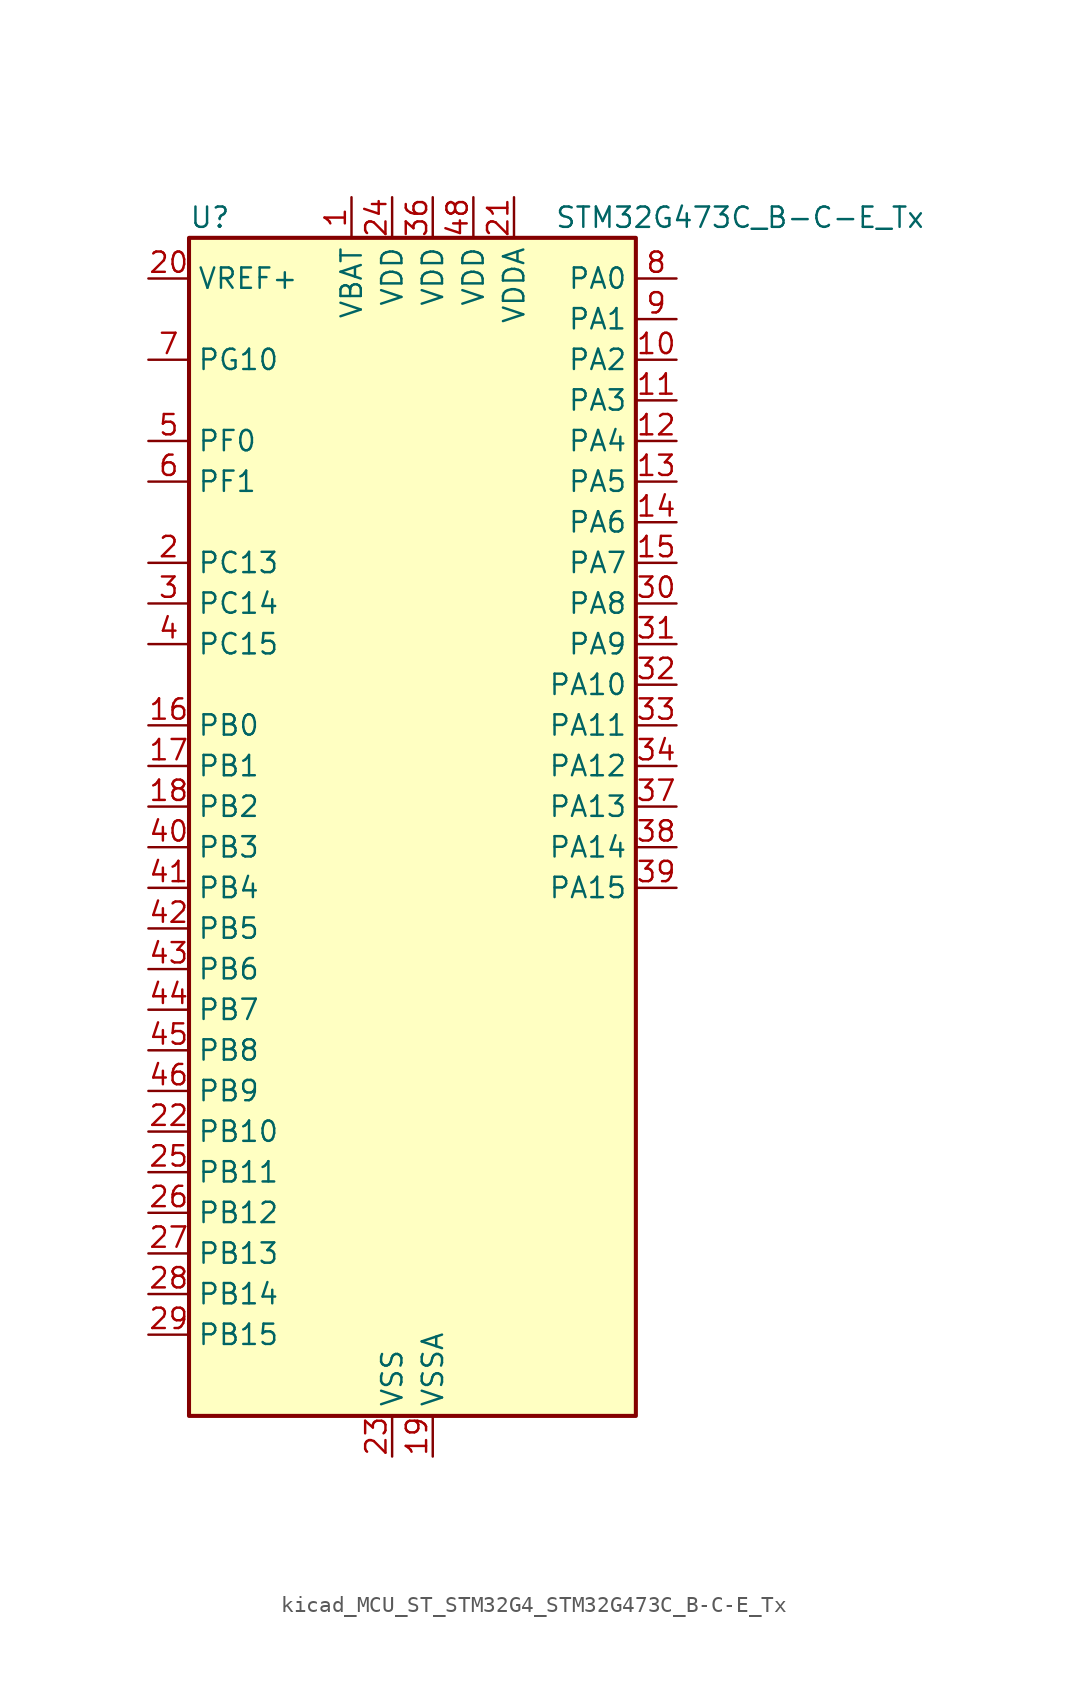
<source format=kicad_sym>
(kicad_symbol_lib
  (version 20220914)
  (generator kicad_symbol_editor)
  (symbol "kicad_MCU_ST_STM32G4_STM32G473C_B-C-E_Tx"
    (property "Reference" "U"
      (at -12.7 39.37 0)
      (effects (font (size 1.27 1.27)) (justify left)))
    (property "Value" "STM32G473C_B-C-E_Tx"
      (at 10.16 39.37 0)
      (effects (font (size 1.27 1.27)) (justify left)))
    (property "ki_locked" ""
      (at 0 0 0)
      (effects (font (size 1.27 1.27))))
    (symbol "kicad_MCU_ST_STM32G4_STM32G473C_B-C-E_Tx_0_1"
      (rectangle (start -12.7 -35.56) (end 15.24 38.1) (stroke (width 0.254) (type default)) (fill (type background))))
    (symbol "kicad_MCU_ST_STM32G4_STM32G473C_B-C-E_Tx_1_1"
      (pin power_in line (at -2.54 40.64 270) (length 2.54) (name "VBAT" (effects (font (size 1.27 1.27)))) (number "1" (effects (font (size 1.27 1.27)))))
      (pin bidirectional line (at 17.78 30.48 180) (length 2.54) (name "PA2" (effects (font (size 1.27 1.27)))) (number "10" (effects (font (size 1.27 1.27)))) (alternate "ADC1_IN3" bidirectional line) (alternate "ADC3_EXTI2" bidirectional line) (alternate "ADC4_EXTI2" bidirectional line) (alternate "ADC5_EXTI2" bidirectional line) (alternate "COMP2_INM" bidirectional line) (alternate "COMP2_OUT" bidirectional line) (alternate "LPUART1_TX" bidirectional line) (alternate "OPAMP1_VOUT" bidirectional line) (alternate "QUADSPI1_BK1_NCS" bidirectional line) (alternate "RCC_LSCO" bidirectional line) (alternate "SYS_WKUP4" bidirectional line) (alternate "TIM15_CH1" bidirectional line) (alternate "TIM2_CH3" bidirectional line) (alternate "TIM5_CH3" bidirectional line) (alternate "UCPD1_FRSTX1" bidirectional line) (alternate "UCPD1_FRSTX2" bidirectional line) (alternate "USART2_TX" bidirectional line))
      (pin bidirectional line (at 17.78 27.94 180) (length 2.54) (name "PA3" (effects (font (size 1.27 1.27)))) (number "11" (effects (font (size 1.27 1.27)))) (alternate "ADC1_IN4" bidirectional line) (alternate "ADC3_EXTI3" bidirectional line) (alternate "ADC4_EXTI3" bidirectional line) (alternate "ADC5_EXTI3" bidirectional line) (alternate "COMP2_INP" bidirectional line) (alternate "LPUART1_RX" bidirectional line) (alternate "OPAMP1_VINM" bidirectional line) (alternate "OPAMP1_VINM0" bidirectional line) (alternate "OPAMP1_VINM_SEC" bidirectional line) (alternate "OPAMP1_VINP" bidirectional line) (alternate "OPAMP1_VINP_SEC" bidirectional line) (alternate "OPAMP5_VINM" bidirectional line) (alternate "OPAMP5_VINM1" bidirectional line) (alternate "OPAMP5_VINM_SEC" bidirectional line) (alternate "QUADSPI1_CLK" bidirectional line) (alternate "SAI1_CK1" bidirectional line) (alternate "SAI1_MCLK_A" bidirectional line) (alternate "TIM15_CH2" bidirectional line) (alternate "TIM2_CH4" bidirectional line) (alternate "TIM5_CH4" bidirectional line) (alternate "USART2_RX" bidirectional line))
      (pin bidirectional line (at 17.78 25.4 180) (length 2.54) (name "PA4" (effects (font (size 1.27 1.27)))) (number "12" (effects (font (size 1.27 1.27)))) (alternate "ADC2_IN17" bidirectional line) (alternate "COMP1_INM" bidirectional line) (alternate "DAC1_OUT1" bidirectional line) (alternate "I2S3_WS" bidirectional line) (alternate "SAI1_FS_B" bidirectional line) (alternate "SPI1_NSS" bidirectional line) (alternate "SPI3_NSS" bidirectional line) (alternate "TIM3_CH2" bidirectional line) (alternate "USART2_CK" bidirectional line))
      (pin bidirectional line (at 17.78 22.86 180) (length 2.54) (name "PA5" (effects (font (size 1.27 1.27)))) (number "13" (effects (font (size 1.27 1.27)))) (alternate "ADC2_IN13" bidirectional line) (alternate "COMP2_INM" bidirectional line) (alternate "DAC1_OUT2" bidirectional line) (alternate "OPAMP2_VINM" bidirectional line) (alternate "OPAMP2_VINM0" bidirectional line) (alternate "OPAMP2_VINM_SEC" bidirectional line) (alternate "SPI1_SCK" bidirectional line) (alternate "TIM2_CH1" bidirectional line) (alternate "TIM2_ETR" bidirectional line) (alternate "UCPD1_FRSTX1" bidirectional line) (alternate "UCPD1_FRSTX2" bidirectional line))
      (pin bidirectional line (at 17.78 20.32 180) (length 2.54) (name "PA6" (effects (font (size 1.27 1.27)))) (number "14" (effects (font (size 1.27 1.27)))) (alternate "ADC2_IN3" bidirectional line) (alternate "COMP1_OUT" bidirectional line) (alternate "DAC2_OUT1" bidirectional line) (alternate "LPUART1_CTS" bidirectional line) (alternate "OPAMP2_VOUT" bidirectional line) (alternate "QUADSPI1_BK1_IO3" bidirectional line) (alternate "SPI1_MISO" bidirectional line) (alternate "TIM16_CH1" bidirectional line) (alternate "TIM1_BKIN" bidirectional line) (alternate "TIM3_CH1" bidirectional line) (alternate "TIM8_BKIN" bidirectional line))
      (pin bidirectional line (at 17.78 17.78 180) (length 2.54) (name "PA7" (effects (font (size 1.27 1.27)))) (number "15" (effects (font (size 1.27 1.27)))) (alternate "ADC2_IN4" bidirectional line) (alternate "COMP2_INP" bidirectional line) (alternate "COMP2_OUT" bidirectional line) (alternate "OPAMP1_VINP" bidirectional line) (alternate "OPAMP1_VINP_SEC" bidirectional line) (alternate "OPAMP2_VINP" bidirectional line) (alternate "OPAMP2_VINP_SEC" bidirectional line) (alternate "QUADSPI1_BK1_IO2" bidirectional line) (alternate "SPI1_MOSI" bidirectional line) (alternate "TIM17_CH1" bidirectional line) (alternate "TIM1_CH1N" bidirectional line) (alternate "TIM3_CH2" bidirectional line) (alternate "TIM8_CH1N" bidirectional line) (alternate "UCPD1_FRSTX1" bidirectional line) (alternate "UCPD1_FRSTX2" bidirectional line))
      (pin bidirectional line (at -15.24 7.62 0) (length 2.54) (name "PB0" (effects (font (size 1.27 1.27)))) (number "16" (effects (font (size 1.27 1.27)))) (alternate "ADC1_IN15" bidirectional line) (alternate "ADC3_IN12" bidirectional line) (alternate "COMP4_INP" bidirectional line) (alternate "OPAMP2_VINP" bidirectional line) (alternate "OPAMP2_VINP_SEC" bidirectional line) (alternate "OPAMP3_VINP" bidirectional line) (alternate "OPAMP3_VINP_SEC" bidirectional line) (alternate "QUADSPI1_BK1_IO1" bidirectional line) (alternate "TIM1_CH2N" bidirectional line) (alternate "TIM3_CH3" bidirectional line) (alternate "TIM8_CH2N" bidirectional line) (alternate "UCPD1_FRSTX1" bidirectional line) (alternate "UCPD1_FRSTX2" bidirectional line))
      (pin bidirectional line (at -15.24 5.08 0) (length 2.54) (name "PB1" (effects (font (size 1.27 1.27)))) (number "17" (effects (font (size 1.27 1.27)))) (alternate "ADC1_IN12" bidirectional line) (alternate "ADC3_IN1" bidirectional line) (alternate "COMP1_INP" bidirectional line) (alternate "COMP4_OUT" bidirectional line) (alternate "LPUART1_DE" bidirectional line) (alternate "LPUART1_RTS" bidirectional line) (alternate "OPAMP3_VOUT" bidirectional line) (alternate "OPAMP6_VINM" bidirectional line) (alternate "OPAMP6_VINM1" bidirectional line) (alternate "OPAMP6_VINM_SEC" bidirectional line) (alternate "QUADSPI1_BK1_IO0" bidirectional line) (alternate "TIM1_CH3N" bidirectional line) (alternate "TIM3_CH4" bidirectional line) (alternate "TIM8_CH3N" bidirectional line))
      (pin bidirectional line (at -15.24 2.54 0) (length 2.54) (name "PB2" (effects (font (size 1.27 1.27)))) (number "18" (effects (font (size 1.27 1.27)))) (alternate "ADC2_IN12" bidirectional line) (alternate "ADC3_EXTI2" bidirectional line) (alternate "ADC4_EXTI2" bidirectional line) (alternate "ADC5_EXTI2" bidirectional line) (alternate "COMP4_INM" bidirectional line) (alternate "I2C3_SMBA" bidirectional line) (alternate "LPTIM1_OUT" bidirectional line) (alternate "OPAMP3_VINM" bidirectional line) (alternate "OPAMP3_VINM0" bidirectional line) (alternate "OPAMP3_VINM_SEC" bidirectional line) (alternate "QUADSPI1_BK2_IO1" bidirectional line) (alternate "RTC_OUT2" bidirectional line) (alternate "TIM20_CH1" bidirectional line) (alternate "TIM5_CH1" bidirectional line))
      (pin power_in line (at 2.54 -38.1 90) (length 2.54) (name "VSSA" (effects (font (size 1.27 1.27)))) (number "19" (effects (font (size 1.27 1.27)))))
      (pin bidirectional line (at -15.24 17.78 0) (length 2.54) (name "PC13" (effects (font (size 1.27 1.27)))) (number "2" (effects (font (size 1.27 1.27)))) (alternate "RTC_OUT1" bidirectional line) (alternate "RTC_TAMP1" bidirectional line) (alternate "RTC_TS" bidirectional line) (alternate "SYS_WKUP2" bidirectional line) (alternate "TIM1_BKIN" bidirectional line) (alternate "TIM1_CH1N" bidirectional line) (alternate "TIM8_CH4N" bidirectional line))
      (pin input line (at -15.24 35.56 0) (length 2.54) (name "VREF+" (effects (font (size 1.27 1.27)))) (number "20" (effects (font (size 1.27 1.27)))) (alternate "VREFBUF_OUT" bidirectional line))
      (pin power_in line (at 7.62 40.64 270) (length 2.54) (name "VDDA" (effects (font (size 1.27 1.27)))) (number "21" (effects (font (size 1.27 1.27)))))
      (pin bidirectional line (at -15.24 -17.78 0) (length 2.54) (name "PB10" (effects (font (size 1.27 1.27)))) (number "22" (effects (font (size 1.27 1.27)))) (alternate "COMP5_INM" bidirectional line) (alternate "DAC1_EXTI10" bidirectional line) (alternate "DAC2_EXTI10" bidirectional line) (alternate "DAC3_EXTI10" bidirectional line) (alternate "DAC4_EXTI10" bidirectional line) (alternate "LPUART1_RX" bidirectional line) (alternate "OPAMP3_VINM" bidirectional line) (alternate "OPAMP3_VINM1" bidirectional line) (alternate "OPAMP3_VINM_SEC" bidirectional line) (alternate "OPAMP4_VINM" bidirectional line) (alternate "OPAMP4_VINM0" bidirectional line) (alternate "OPAMP4_VINM_SEC" bidirectional line) (alternate "QUADSPI1_CLK" bidirectional line) (alternate "SAI1_SCK_A" bidirectional line) (alternate "TIM1_BKIN" bidirectional line) (alternate "TIM2_CH3" bidirectional line) (alternate "USART3_TX" bidirectional line))
      (pin power_in line (at 0 -38.1 90) (length 2.54) (name "VSS" (effects (font (size 1.27 1.27)))) (number "23" (effects (font (size 1.27 1.27)))))
      (pin power_in line (at 0 40.64 270) (length 2.54) (name "VDD" (effects (font (size 1.27 1.27)))) (number "24" (effects (font (size 1.27 1.27)))))
      (pin bidirectional line (at -15.24 -20.32 0) (length 2.54) (name "PB11" (effects (font (size 1.27 1.27)))) (number "25" (effects (font (size 1.27 1.27)))) (alternate "ADC1_EXTI11" bidirectional line) (alternate "ADC1_IN14" bidirectional line) (alternate "ADC2_EXTI11" bidirectional line) (alternate "ADC2_IN14" bidirectional line) (alternate "COMP6_INP" bidirectional line) (alternate "LPUART1_TX" bidirectional line) (alternate "OPAMP4_VINP" bidirectional line) (alternate "OPAMP4_VINP_SEC" bidirectional line) (alternate "OPAMP6_VOUT" bidirectional line) (alternate "QUADSPI1_BK1_NCS" bidirectional line) (alternate "TIM2_CH4" bidirectional line) (alternate "USART3_RX" bidirectional line))
      (pin bidirectional line (at -15.24 -22.86 0) (length 2.54) (name "PB12" (effects (font (size 1.27 1.27)))) (number "26" (effects (font (size 1.27 1.27)))) (alternate "ADC1_IN11" bidirectional line) (alternate "ADC4_IN3" bidirectional line) (alternate "COMP7_INM" bidirectional line) (alternate "FDCAN2_RX" bidirectional line) (alternate "I2C2_SMBA" bidirectional line) (alternate "I2S2_WS" bidirectional line) (alternate "LPUART1_DE" bidirectional line) (alternate "LPUART1_RTS" bidirectional line) (alternate "OPAMP4_VOUT" bidirectional line) (alternate "OPAMP6_VINP" bidirectional line) (alternate "OPAMP6_VINP_SEC" bidirectional line) (alternate "SPI2_NSS" bidirectional line) (alternate "TIM1_BKIN" bidirectional line) (alternate "TIM5_ETR" bidirectional line) (alternate "USART3_CK" bidirectional line))
      (pin bidirectional line (at -15.24 -25.4 0) (length 2.54) (name "PB13" (effects (font (size 1.27 1.27)))) (number "27" (effects (font (size 1.27 1.27)))) (alternate "ADC3_IN5" bidirectional line) (alternate "COMP5_INP" bidirectional line) (alternate "FDCAN2_TX" bidirectional line) (alternate "I2S2_CK" bidirectional line) (alternate "LPUART1_CTS" bidirectional line) (alternate "OPAMP3_VINP" bidirectional line) (alternate "OPAMP3_VINP_SEC" bidirectional line) (alternate "OPAMP4_VINP" bidirectional line) (alternate "OPAMP4_VINP_SEC" bidirectional line) (alternate "OPAMP6_VINP" bidirectional line) (alternate "OPAMP6_VINP_SEC" bidirectional line) (alternate "SPI2_SCK" bidirectional line) (alternate "TIM1_CH1N" bidirectional line) (alternate "USART3_CTS" bidirectional line) (alternate "USART3_NSS" bidirectional line))
      (pin bidirectional line (at -15.24 -27.94 0) (length 2.54) (name "PB14" (effects (font (size 1.27 1.27)))) (number "28" (effects (font (size 1.27 1.27)))) (alternate "ADC1_IN5" bidirectional line) (alternate "ADC4_IN4" bidirectional line) (alternate "COMP4_OUT" bidirectional line) (alternate "COMP7_INP" bidirectional line) (alternate "OPAMP2_VINP" bidirectional line) (alternate "OPAMP2_VINP_SEC" bidirectional line) (alternate "OPAMP5_VINP" bidirectional line) (alternate "OPAMP5_VINP_SEC" bidirectional line) (alternate "SPI2_MISO" bidirectional line) (alternate "TIM15_CH1" bidirectional line) (alternate "TIM1_CH2N" bidirectional line) (alternate "USART3_DE" bidirectional line) (alternate "USART3_RTS" bidirectional line))
      (pin bidirectional line (at -15.24 -30.48 0) (length 2.54) (name "PB15" (effects (font (size 1.27 1.27)))) (number "29" (effects (font (size 1.27 1.27)))) (alternate "ADC1_EXTI15" bidirectional line) (alternate "ADC2_EXTI15" bidirectional line) (alternate "ADC2_IN15" bidirectional line) (alternate "ADC4_IN5" bidirectional line) (alternate "COMP3_OUT" bidirectional line) (alternate "COMP6_INM" bidirectional line) (alternate "I2S2_SD" bidirectional line) (alternate "OPAMP5_VINM" bidirectional line) (alternate "OPAMP5_VINM0" bidirectional line) (alternate "OPAMP5_VINM_SEC" bidirectional line) (alternate "RTC_REFIN" bidirectional line) (alternate "SPI2_MOSI" bidirectional line) (alternate "TIM15_CH1N" bidirectional line) (alternate "TIM15_CH2" bidirectional line) (alternate "TIM1_CH3N" bidirectional line))
      (pin bidirectional line (at -15.24 15.24 0) (length 2.54) (name "PC14" (effects (font (size 1.27 1.27)))) (number "3" (effects (font (size 1.27 1.27)))) (alternate "RCC_OSC32_IN" bidirectional line))
      (pin bidirectional line (at 17.78 15.24 180) (length 2.54) (name "PA8" (effects (font (size 1.27 1.27)))) (number "30" (effects (font (size 1.27 1.27)))) (alternate "ADC5_IN1" bidirectional line) (alternate "COMP7_OUT" bidirectional line) (alternate "FDCAN3_RX" bidirectional line) (alternate "I2C2_SDA" bidirectional line) (alternate "I2C3_SCL" bidirectional line) (alternate "I2S2_MCK" bidirectional line) (alternate "OPAMP5_VOUT" bidirectional line) (alternate "RCC_MCO" bidirectional line) (alternate "SAI1_CK2" bidirectional line) (alternate "SAI1_SCK_A" bidirectional line) (alternate "TIM1_CH1" bidirectional line) (alternate "TIM4_ETR" bidirectional line) (alternate "USART1_CK" bidirectional line))
      (pin bidirectional line (at 17.78 12.7 180) (length 2.54) (name "PA9" (effects (font (size 1.27 1.27)))) (number "31" (effects (font (size 1.27 1.27)))) (alternate "ADC5_IN2" bidirectional line) (alternate "COMP5_OUT" bidirectional line) (alternate "DAC1_EXTI9" bidirectional line) (alternate "DAC2_EXTI9" bidirectional line) (alternate "DAC3_EXTI9" bidirectional line) (alternate "DAC4_EXTI9" bidirectional line) (alternate "I2C2_SCL" bidirectional line) (alternate "I2C3_SMBA" bidirectional line) (alternate "I2S3_MCK" bidirectional line) (alternate "SAI1_FS_A" bidirectional line) (alternate "TIM15_BKIN" bidirectional line) (alternate "TIM1_CH2" bidirectional line) (alternate "TIM2_CH3" bidirectional line) (alternate "UCPD1_DBCC1" bidirectional line) (alternate "USART1_TX" bidirectional line))
      (pin bidirectional line (at 17.78 10.16 180) (length 2.54) (name "PA10" (effects (font (size 1.27 1.27)))) (number "32" (effects (font (size 1.27 1.27)))) (alternate "COMP6_OUT" bidirectional line) (alternate "CRS_SYNC" bidirectional line) (alternate "DAC1_EXTI10" bidirectional line) (alternate "DAC2_EXTI10" bidirectional line) (alternate "DAC3_EXTI10" bidirectional line) (alternate "DAC4_EXTI10" bidirectional line) (alternate "I2C2_SMBA" bidirectional line) (alternate "SAI1_D1" bidirectional line) (alternate "SAI1_SD_A" bidirectional line) (alternate "SPI2_MISO" bidirectional line) (alternate "TIM17_BKIN" bidirectional line) (alternate "TIM1_CH3" bidirectional line) (alternate "TIM2_CH4" bidirectional line) (alternate "TIM8_BKIN" bidirectional line) (alternate "UCPD1_DBCC2" bidirectional line) (alternate "USART1_RX" bidirectional line))
      (pin bidirectional line (at 17.78 7.62 180) (length 2.54) (name "PA11" (effects (font (size 1.27 1.27)))) (number "33" (effects (font (size 1.27 1.27)))) (alternate "ADC1_EXTI11" bidirectional line) (alternate "ADC2_EXTI11" bidirectional line) (alternate "COMP1_OUT" bidirectional line) (alternate "FDCAN1_RX" bidirectional line) (alternate "I2S2_SD" bidirectional line) (alternate "SPI2_MOSI" bidirectional line) (alternate "TIM1_BKIN2" bidirectional line) (alternate "TIM1_CH1N" bidirectional line) (alternate "TIM1_CH4" bidirectional line) (alternate "TIM4_CH1" bidirectional line) (alternate "USART1_CTS" bidirectional line) (alternate "USART1_NSS" bidirectional line) (alternate "USB_DM" bidirectional line))
      (pin bidirectional line (at 17.78 5.08 180) (length 2.54) (name "PA12" (effects (font (size 1.27 1.27)))) (number "34" (effects (font (size 1.27 1.27)))) (alternate "COMP2_OUT" bidirectional line) (alternate "FDCAN1_TX" bidirectional line) (alternate "I2S_CKIN" bidirectional line) (alternate "TIM16_CH1" bidirectional line) (alternate "TIM1_CH2N" bidirectional line) (alternate "TIM1_ETR" bidirectional line) (alternate "TIM4_CH2" bidirectional line) (alternate "USART1_DE" bidirectional line) (alternate "USART1_RTS" bidirectional line) (alternate "USB_DP" bidirectional line))
      (pin passive line (at 0 -38.1 90) (length 2.54) hide (name "VSS" (effects (font (size 1.27 1.27)))) (number "35" (effects (font (size 1.27 1.27)))))
      (pin power_in line (at 2.54 40.64 270) (length 2.54) (name "VDD" (effects (font (size 1.27 1.27)))) (number "36" (effects (font (size 1.27 1.27)))))
      (pin bidirectional line (at 17.78 2.54 180) (length 2.54) (name "PA13" (effects (font (size 1.27 1.27)))) (number "37" (effects (font (size 1.27 1.27)))) (alternate "I2C1_SCL" bidirectional line) (alternate "I2C4_SCL" bidirectional line) (alternate "IR_OUT" bidirectional line) (alternate "SAI1_SD_B" bidirectional line) (alternate "SYS_JTMS-SWDIO" bidirectional line) (alternate "TIM16_CH1N" bidirectional line) (alternate "TIM4_CH3" bidirectional line) (alternate "USART3_CTS" bidirectional line) (alternate "USART3_NSS" bidirectional line))
      (pin bidirectional line (at 17.78 0 180) (length 2.54) (name "PA14" (effects (font (size 1.27 1.27)))) (number "38" (effects (font (size 1.27 1.27)))) (alternate "I2C1_SDA" bidirectional line) (alternate "I2C4_SMBA" bidirectional line) (alternate "LPTIM1_OUT" bidirectional line) (alternate "SAI1_FS_B" bidirectional line) (alternate "SYS_JTCK-SWCLK" bidirectional line) (alternate "TIM1_BKIN" bidirectional line) (alternate "TIM8_CH2" bidirectional line) (alternate "USART2_TX" bidirectional line))
      (pin bidirectional line (at 17.78 -2.54 180) (length 2.54) (name "PA15" (effects (font (size 1.27 1.27)))) (number "39" (effects (font (size 1.27 1.27)))) (alternate "ADC1_EXTI15" bidirectional line) (alternate "ADC2_EXTI15" bidirectional line) (alternate "FDCAN3_TX" bidirectional line) (alternate "I2C1_SCL" bidirectional line) (alternate "I2S3_WS" bidirectional line) (alternate "SPI1_NSS" bidirectional line) (alternate "SPI3_NSS" bidirectional line) (alternate "SYS_JTDI" bidirectional line) (alternate "TIM1_BKIN" bidirectional line) (alternate "TIM2_CH1" bidirectional line) (alternate "TIM2_ETR" bidirectional line) (alternate "TIM8_CH1" bidirectional line) (alternate "USART2_RX" bidirectional line))
      (pin bidirectional line (at -15.24 12.7 0) (length 2.54) (name "PC15" (effects (font (size 1.27 1.27)))) (number "4" (effects (font (size 1.27 1.27)))) (alternate "ADC1_EXTI15" bidirectional line) (alternate "ADC2_EXTI15" bidirectional line) (alternate "RCC_OSC32_OUT" bidirectional line))
      (pin bidirectional line (at -15.24 0 0) (length 2.54) (name "PB3" (effects (font (size 1.27 1.27)))) (number "40" (effects (font (size 1.27 1.27)))) (alternate "ADC3_EXTI3" bidirectional line) (alternate "ADC4_EXTI3" bidirectional line) (alternate "ADC5_EXTI3" bidirectional line) (alternate "CRS_SYNC" bidirectional line) (alternate "FDCAN3_RX" bidirectional line) (alternate "I2S3_CK" bidirectional line) (alternate "SAI1_SCK_B" bidirectional line) (alternate "SPI1_SCK" bidirectional line) (alternate "SPI3_SCK" bidirectional line) (alternate "SYS_JTDO-SWO" bidirectional line) (alternate "TIM2_CH2" bidirectional line) (alternate "TIM3_ETR" bidirectional line) (alternate "TIM4_ETR" bidirectional line) (alternate "TIM8_CH1N" bidirectional line) (alternate "USART2_TX" bidirectional line))
      (pin bidirectional line (at -15.24 -2.54 0) (length 2.54) (name "PB4" (effects (font (size 1.27 1.27)))) (number "41" (effects (font (size 1.27 1.27)))) (alternate "FDCAN3_TX" bidirectional line) (alternate "SAI1_MCLK_B" bidirectional line) (alternate "SPI1_MISO" bidirectional line) (alternate "SPI3_MISO" bidirectional line) (alternate "SYS_JTRST" bidirectional line) (alternate "TIM16_CH1" bidirectional line) (alternate "TIM17_BKIN" bidirectional line) (alternate "TIM3_CH1" bidirectional line) (alternate "TIM8_CH2N" bidirectional line) (alternate "UCPD1_CC2" bidirectional line) (alternate "USART2_RX" bidirectional line))
      (pin bidirectional line (at -15.24 -5.08 0) (length 2.54) (name "PB5" (effects (font (size 1.27 1.27)))) (number "42" (effects (font (size 1.27 1.27)))) (alternate "FDCAN2_RX" bidirectional line) (alternate "I2C1_SMBA" bidirectional line) (alternate "I2C3_SDA" bidirectional line) (alternate "I2S3_SD" bidirectional line) (alternate "LPTIM1_IN1" bidirectional line) (alternate "SAI1_SD_B" bidirectional line) (alternate "SPI1_MOSI" bidirectional line) (alternate "SPI3_MOSI" bidirectional line) (alternate "TIM16_BKIN" bidirectional line) (alternate "TIM17_CH1" bidirectional line) (alternate "TIM3_CH2" bidirectional line) (alternate "TIM8_CH3N" bidirectional line) (alternate "USART2_CK" bidirectional line))
      (pin bidirectional line (at -15.24 -7.62 0) (length 2.54) (name "PB6" (effects (font (size 1.27 1.27)))) (number "43" (effects (font (size 1.27 1.27)))) (alternate "COMP4_OUT" bidirectional line) (alternate "FDCAN2_TX" bidirectional line) (alternate "LPTIM1_ETR" bidirectional line) (alternate "SAI1_FS_B" bidirectional line) (alternate "TIM16_CH1N" bidirectional line) (alternate "TIM4_CH1" bidirectional line) (alternate "TIM8_BKIN2" bidirectional line) (alternate "TIM8_CH1" bidirectional line) (alternate "TIM8_ETR" bidirectional line) (alternate "UCPD1_CC1" bidirectional line) (alternate "USART1_TX" bidirectional line))
      (pin bidirectional line (at -15.24 -10.16 0) (length 2.54) (name "PB7" (effects (font (size 1.27 1.27)))) (number "44" (effects (font (size 1.27 1.27)))) (alternate "COMP3_OUT" bidirectional line) (alternate "I2C1_SDA" bidirectional line) (alternate "I2C4_SDA" bidirectional line) (alternate "LPTIM1_IN2" bidirectional line) (alternate "SYS_PVD_IN" bidirectional line) (alternate "TIM17_CH1N" bidirectional line) (alternate "TIM3_CH4" bidirectional line) (alternate "TIM4_CH2" bidirectional line) (alternate "TIM8_BKIN" bidirectional line) (alternate "USART1_RX" bidirectional line))
      (pin bidirectional line (at -15.24 -12.7 0) (length 2.54) (name "PB8" (effects (font (size 1.27 1.27)))) (number "45" (effects (font (size 1.27 1.27)))) (alternate "COMP1_OUT" bidirectional line) (alternate "FDCAN1_RX" bidirectional line) (alternate "I2C1_SCL" bidirectional line) (alternate "SAI1_CK1" bidirectional line) (alternate "SAI1_MCLK_A" bidirectional line) (alternate "TIM16_CH1" bidirectional line) (alternate "TIM1_BKIN" bidirectional line) (alternate "TIM4_CH3" bidirectional line) (alternate "TIM8_CH2" bidirectional line) (alternate "USART3_RX" bidirectional line))
      (pin bidirectional line (at -15.24 -15.24 0) (length 2.54) (name "PB9" (effects (font (size 1.27 1.27)))) (number "46" (effects (font (size 1.27 1.27)))) (alternate "COMP2_OUT" bidirectional line) (alternate "DAC1_EXTI9" bidirectional line) (alternate "DAC2_EXTI9" bidirectional line) (alternate "DAC3_EXTI9" bidirectional line) (alternate "DAC4_EXTI9" bidirectional line) (alternate "FDCAN1_TX" bidirectional line) (alternate "I2C1_SDA" bidirectional line) (alternate "IR_OUT" bidirectional line) (alternate "SAI1_D2" bidirectional line) (alternate "SAI1_FS_A" bidirectional line) (alternate "TIM17_CH1" bidirectional line) (alternate "TIM1_CH3N" bidirectional line) (alternate "TIM4_CH4" bidirectional line) (alternate "TIM8_CH3" bidirectional line) (alternate "USART3_TX" bidirectional line))
      (pin passive line (at 0 -38.1 90) (length 2.54) hide (name "VSS" (effects (font (size 1.27 1.27)))) (number "47" (effects (font (size 1.27 1.27)))))
      (pin power_in line (at 5.08 40.64 270) (length 2.54) (name "VDD" (effects (font (size 1.27 1.27)))) (number "48" (effects (font (size 1.27 1.27)))))
      (pin bidirectional line (at -15.24 25.4 0) (length 2.54) (name "PF0" (effects (font (size 1.27 1.27)))) (number "5" (effects (font (size 1.27 1.27)))) (alternate "ADC1_IN10" bidirectional line) (alternate "I2C2_SDA" bidirectional line) (alternate "I2S2_WS" bidirectional line) (alternate "RCC_OSC_IN" bidirectional line) (alternate "SPI2_NSS" bidirectional line) (alternate "TIM1_CH3N" bidirectional line))
      (pin bidirectional line (at -15.24 22.86 0) (length 2.54) (name "PF1" (effects (font (size 1.27 1.27)))) (number "6" (effects (font (size 1.27 1.27)))) (alternate "ADC2_IN10" bidirectional line) (alternate "COMP3_INM" bidirectional line) (alternate "I2S2_CK" bidirectional line) (alternate "RCC_OSC_OUT" bidirectional line) (alternate "SPI2_SCK" bidirectional line))
      (pin bidirectional line (at -15.24 30.48 0) (length 2.54) (name "PG10" (effects (font (size 1.27 1.27)))) (number "7" (effects (font (size 1.27 1.27)))) (alternate "DAC1_EXTI10" bidirectional line) (alternate "DAC2_EXTI10" bidirectional line) (alternate "DAC3_EXTI10" bidirectional line) (alternate "DAC4_EXTI10" bidirectional line) (alternate "RCC_MCO" bidirectional line))
      (pin bidirectional line (at 17.78 35.56 180) (length 2.54) (name "PA0" (effects (font (size 1.27 1.27)))) (number "8" (effects (font (size 1.27 1.27)))) (alternate "ADC1_IN1" bidirectional line) (alternate "ADC2_IN1" bidirectional line) (alternate "COMP1_INM" bidirectional line) (alternate "COMP1_OUT" bidirectional line) (alternate "COMP3_INP" bidirectional line) (alternate "RTC_TAMP2" bidirectional line) (alternate "SYS_WKUP1" bidirectional line) (alternate "TIM2_CH1" bidirectional line) (alternate "TIM2_ETR" bidirectional line) (alternate "TIM5_CH1" bidirectional line) (alternate "TIM8_BKIN" bidirectional line) (alternate "TIM8_ETR" bidirectional line) (alternate "USART2_CTS" bidirectional line) (alternate "USART2_NSS" bidirectional line))
      (pin bidirectional line (at 17.78 33.02 180) (length 2.54) (name "PA1" (effects (font (size 1.27 1.27)))) (number "9" (effects (font (size 1.27 1.27)))) (alternate "ADC1_IN2" bidirectional line) (alternate "ADC2_IN2" bidirectional line) (alternate "COMP1_INP" bidirectional line) (alternate "OPAMP1_VINP" bidirectional line) (alternate "OPAMP1_VINP_SEC" bidirectional line) (alternate "OPAMP3_VINP" bidirectional line) (alternate "OPAMP3_VINP_SEC" bidirectional line) (alternate "OPAMP6_VINM" bidirectional line) (alternate "OPAMP6_VINM0" bidirectional line) (alternate "OPAMP6_VINM_SEC" bidirectional line) (alternate "RTC_REFIN" bidirectional line) (alternate "TIM15_CH1N" bidirectional line) (alternate "TIM2_CH2" bidirectional line) (alternate "TIM5_CH2" bidirectional line) (alternate "USART2_DE" bidirectional line) (alternate "USART2_RTS" bidirectional line)))))
</source>
